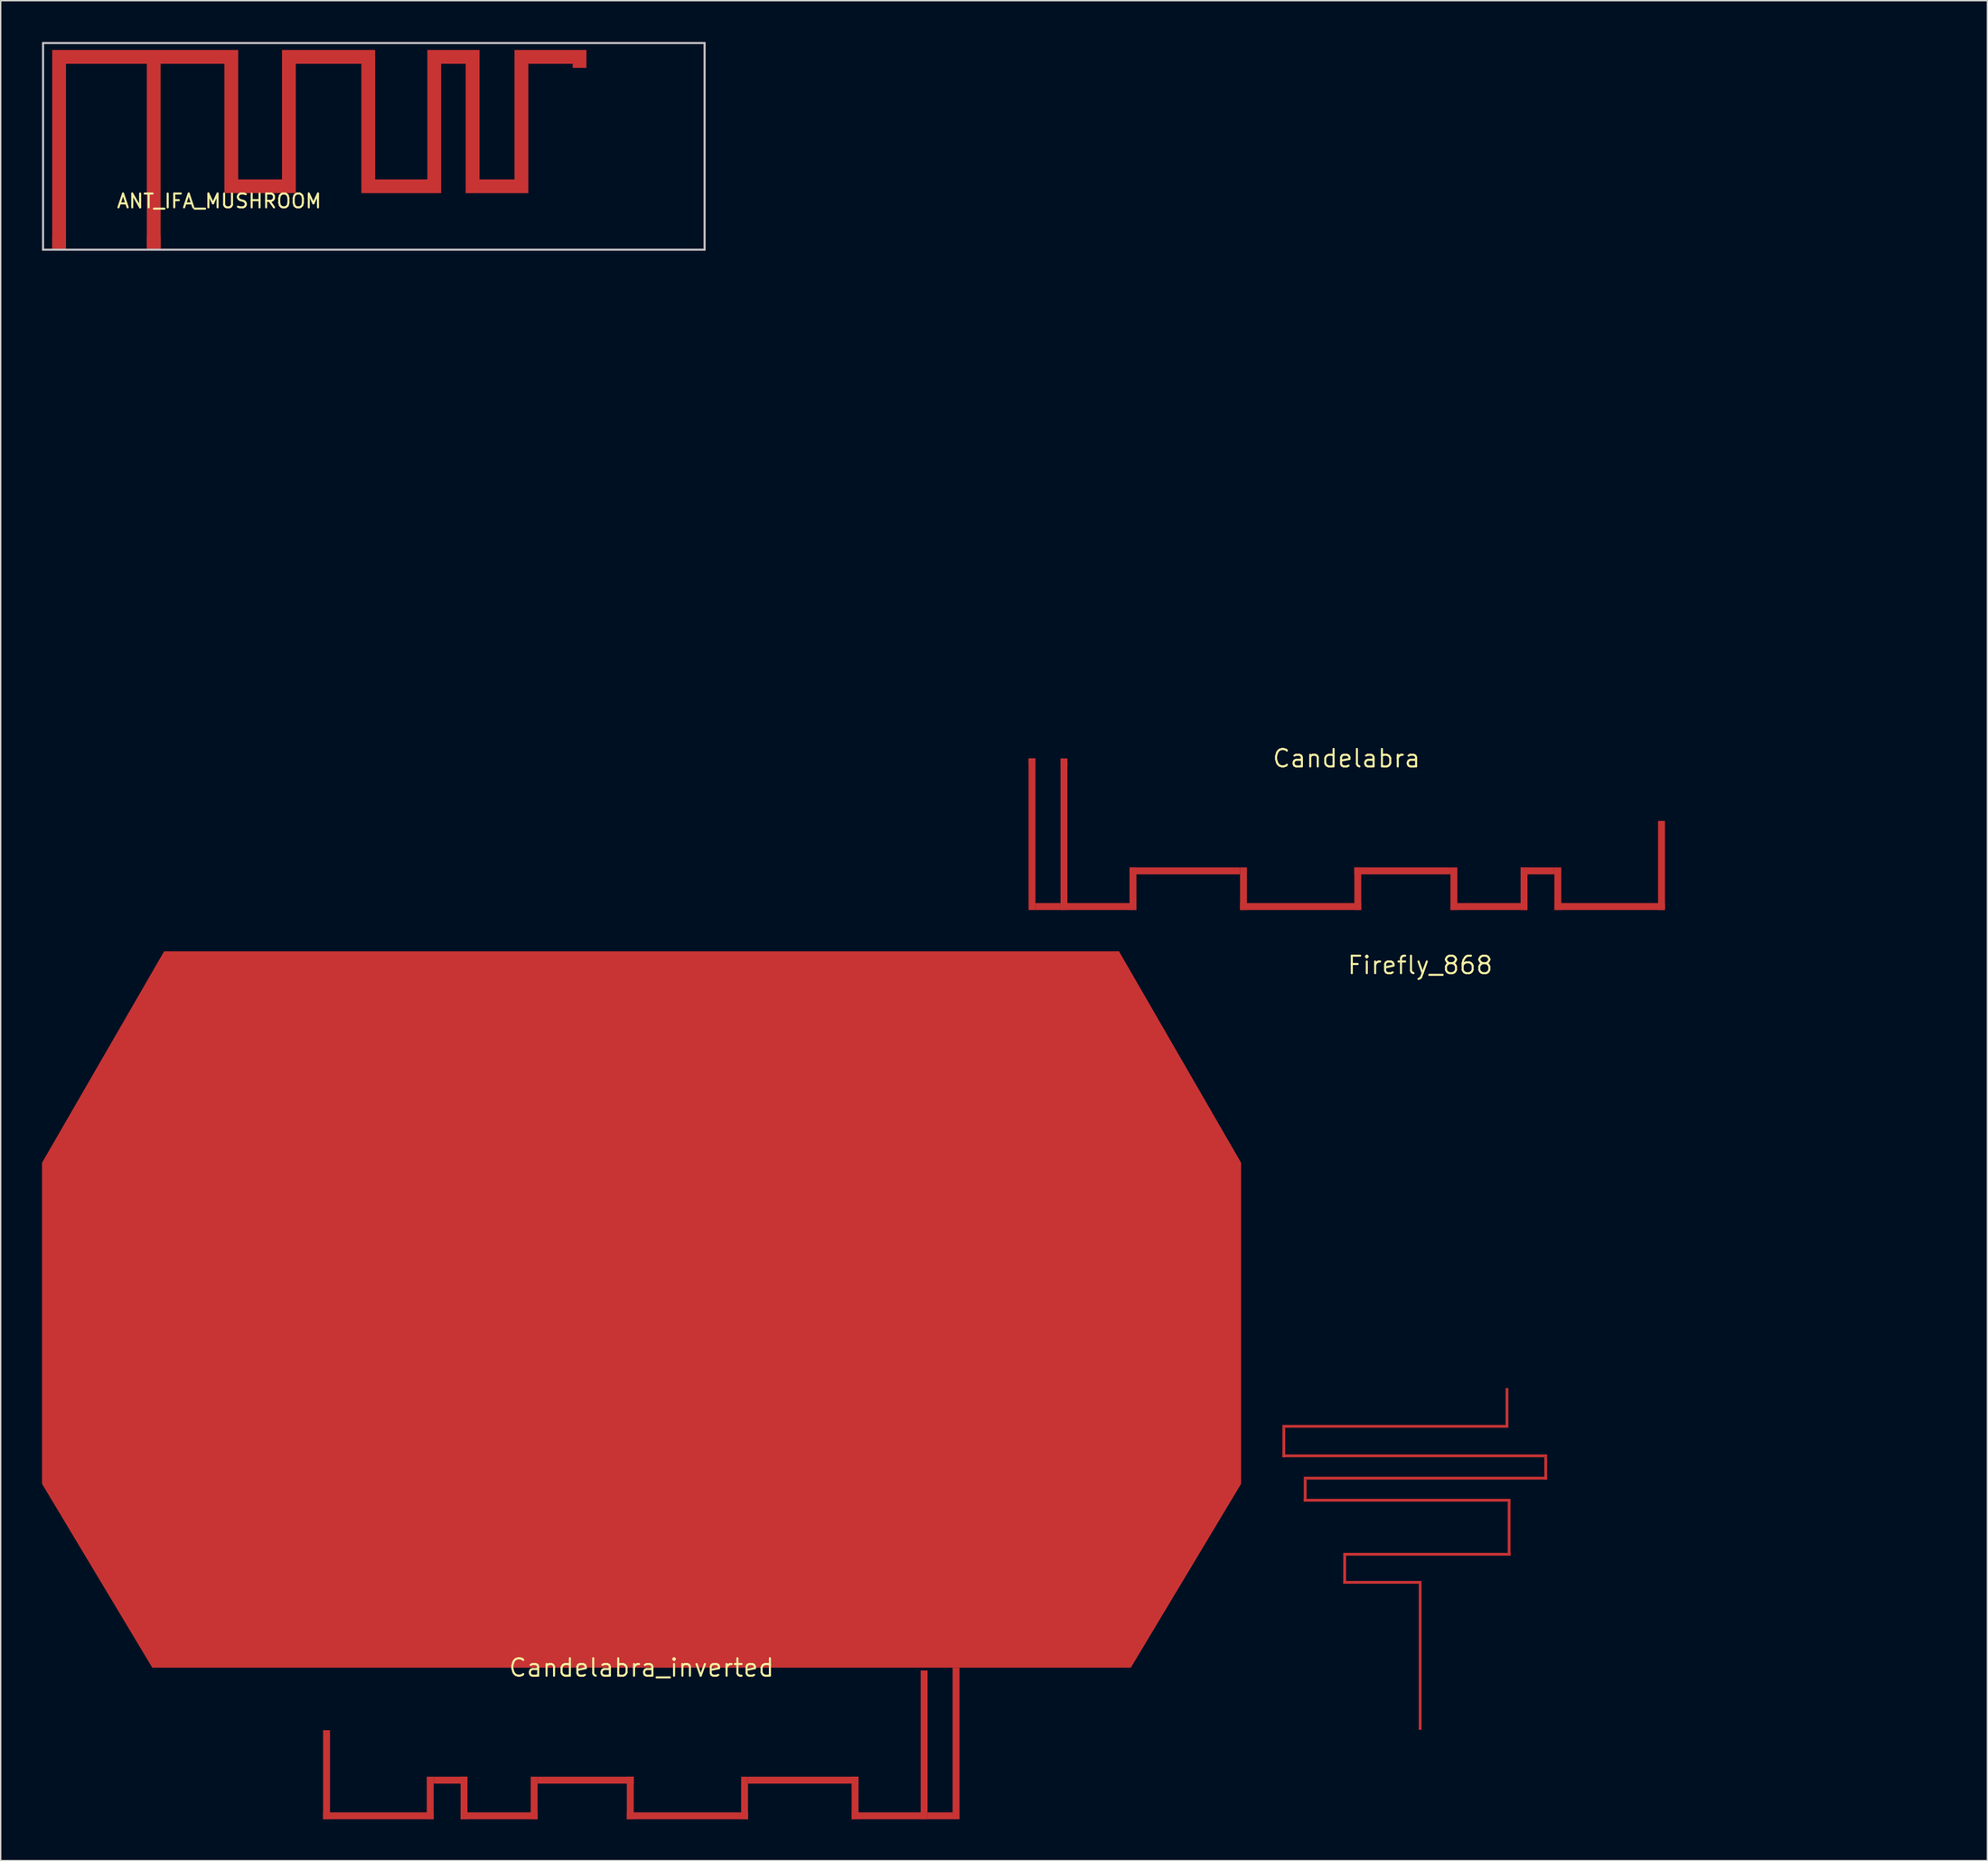
<source format=kicad_pcb>
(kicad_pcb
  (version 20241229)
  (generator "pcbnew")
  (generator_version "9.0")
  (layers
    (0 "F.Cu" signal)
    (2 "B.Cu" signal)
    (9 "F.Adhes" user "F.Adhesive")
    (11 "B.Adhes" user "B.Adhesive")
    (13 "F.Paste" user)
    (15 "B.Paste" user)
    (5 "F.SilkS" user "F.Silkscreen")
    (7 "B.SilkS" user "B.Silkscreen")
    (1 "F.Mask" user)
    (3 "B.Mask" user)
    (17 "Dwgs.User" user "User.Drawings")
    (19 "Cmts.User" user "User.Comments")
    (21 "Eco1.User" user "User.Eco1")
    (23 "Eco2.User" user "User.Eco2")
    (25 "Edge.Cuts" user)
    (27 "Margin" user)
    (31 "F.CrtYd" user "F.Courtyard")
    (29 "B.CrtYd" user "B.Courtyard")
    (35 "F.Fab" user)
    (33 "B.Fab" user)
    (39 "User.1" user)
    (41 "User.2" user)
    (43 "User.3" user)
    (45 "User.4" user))
  (footprint "ANT_IFA_MUSHROOM"
    (layer "F.Cu")
    (at 8.075 15.075)
    (property "Reference" "ANT_IFA_MUSHROOM" (at 4.78 -3.53 0) (layer "F.SilkS") (effects (font (size 1 1) (thickness 0.15))))
    (attr through_hole)
    (fp_poly (pts (xy -6.337 0.003) (xy -6.337 -13.497) (xy -0.472 -13.497) (xy -0.472 -0.197) (xy 0.528 -0.197) (xy 0.528 -13.497) (xy 5.157 -13.497) (xy 5.157 -4.104) (xy 10.338 -4.104) (xy 10.338 -13.497) (xy 15.095 -13.497) (xy 15.095 -4.104) (xy 20.884 -4.104) (xy 20.884 -13.497) (xy 22.666 -13.497) (xy 22.666 -4.104) (xy 27.209 -4.104) (xy 27.209 -13.497) (xy 30.427 -13.497) (xy 30.427 -13.2) (xy 31.427 -13.2) (xy 31.427 -14.497) (xy 26.209 -14.497) (xy 26.209 -5.104) (xy 23.666 -5.104) (xy 23.666 -14.497) (xy 19.884 -14.497) (xy 19.884 -5.104) (xy 16.095 -5.104) (xy 16.095 -14.497) (xy 9.338 -14.497) (xy 9.338 -5.104) (xy 6.157 -5.104) (xy 6.157 -14.497) (xy -7.337 -14.497) (xy -7.337 0.003)) (stroke (width 0.001) (type solid)) (fill yes) (layer "F.Cu"))
    (fp_line (start -8 -15) (end 40 -15) (stroke (width 0.15) (type solid)) (layer "Dwgs.User"))
    (fp_line (start -8 0) (end -8 -15) (stroke (width 0.15) (type solid)) (layer "Dwgs.User"))
    (fp_line (start 40 -15) (end 40 0) (stroke (width 0.15) (type solid)) (layer "Dwgs.User"))
    (fp_line (start 40 0) (end -8 0) (stroke (width 0.15) (type solid)) (layer "Dwgs.User"))
    (pad "1" smd rect (at 0.03 -0.5) (size 1 1) (layers "F.Cu"))
    (pad "2" smd rect (at -6.84 -0.5) (size 1 1) (layers "F.Cu")))
  (footprint "Candelabra_inverted"
    (layer "F.Cu")
    (at 43.501 118.001)
    (property "Reference" "Candelabra_inverted" (at 0 0 0) (layer "F.SilkS") (effects (font (size 1.27 1.27) (thickness 0.15))))
    (attr through_hole)
    (fp_poly (pts (xy -22.607 11) (xy -23.107 11) (xy -23.107 4.536) (xy -22.607 4.536)) (stroke (width 0.001) (type solid)) (fill yes) (layer "F.Cu"))
    (fp_poly (pts (xy -15.084 11) (xy -23.107 11) (xy -23.107 10.5) (xy -15.084 10.5)) (stroke (width 0.001) (type solid)) (fill yes) (layer "F.Cu"))
    (fp_poly (pts (xy -15.084 11) (xy -15.584 11) (xy -15.584 7.913) (xy -15.084 7.913)) (stroke (width 0.001) (type solid)) (fill yes) (layer "F.Cu"))
    (fp_poly (pts (xy -12.632 7.913) (xy -15.084 7.913) (xy -15.084 8.413) (xy -12.632 8.413)) (stroke (width 0.001) (type solid)) (fill yes) (layer "F.Cu"))
    (fp_poly (pts (xy -12.632 11) (xy -13.132 11) (xy -13.132 7.913) (xy -12.632 7.913)) (stroke (width 0.001) (type solid)) (fill yes) (layer "F.Cu"))
    (fp_poly (pts (xy -7.543 11) (xy -13.132 11) (xy -13.132 10.5) (xy -7.543 10.5)) (stroke (width 0.001) (type solid)) (fill yes) (layer "F.Cu"))
    (fp_poly (pts (xy -7.543 11) (xy -8.043 11) (xy -8.043 7.913) (xy -7.543 7.913)) (stroke (width 0.001) (type solid)) (fill yes) (layer "F.Cu"))
    (fp_poly (pts (xy -0.569 7.913) (xy -7.543 7.913) (xy -7.543 8.413) (xy -0.569 8.413)) (stroke (width 0.001) (type solid)) (fill yes) (layer "F.Cu"))
    (fp_poly (pts (xy -0.569 11) (xy -1.069 11) (xy -1.069 7.913) (xy -0.569 7.913)) (stroke (width 0.001) (type solid)) (fill yes) (layer "F.Cu"))
    (fp_poly (pts (xy 7.724 11) (xy -1.069 11) (xy -1.069 10.5) (xy 7.724 10.5)) (stroke (width 0.001) (type solid)) (fill yes) (layer "F.Cu"))
    (fp_poly (pts (xy 7.724 11) (xy 7.224 11) (xy 7.224 7.913) (xy 7.724 7.913)) (stroke (width 0.001) (type solid)) (fill yes) (layer "F.Cu"))
    (fp_poly (pts (xy 15.743 7.913) (xy 7.724 7.913) (xy 7.724 8.413) (xy 15.743 8.413)) (stroke (width 0.001) (type solid)) (fill yes) (layer "F.Cu"))
    (fp_poly (pts (xy 15.743 11) (xy 15.243 11) (xy 15.243 7.913) (xy 15.743 7.913)) (stroke (width 0.001) (type solid)) (fill yes) (layer "F.Cu"))
    (fp_poly (pts (xy 20.25 0.2) (xy 20.75 0.2) (xy 20.75 11) (xy 20.25 11)) (stroke (width 0.001) (type solid)) (fill yes) (layer "F.Cu"))
    (fp_poly (pts (xy 20.75 11) (xy 15.243 11) (xy 15.243 10.5) (xy 20.75 10.5)) (stroke (width 0.001) (type solid)) (fill yes) (layer "F.Cu"))
    (fp_poly (pts (xy 20.75 11) (xy 22.568 11) (xy 22.568 10.5) (xy 20.75 10.5)) (stroke (width 0.001) (type solid)) (fill yes) (layer "F.Cu"))
    (fp_poly (pts (xy 22.568 0) (xy 23.068 0) (xy 23.068 11) (xy 22.568 11)) (stroke (width 0.001) (type solid)) (fill yes) (layer "F.Cu"))
    (fp_poly (pts (xy 0 0) (xy 35.5 0) (xy 43.5 -13.344) (xy 43.5 -36.656) (xy 34.641 -52) (xy -34.641 -52) (xy -43.5 -36.656) (xy -43.5 -13.344) (xy -35.5 0) (xy 0 0)) (stroke (width 0.001) (type solid)) (fill yes) (layer "F.Cu")))
  (footprint "Candelabra"
    (layer "F.Cu")
    (at 94.65 52.001)
    (property "Reference" "Candelabra" (at 0 0 0) (layer "F.SilkS") (effects (font (size 1.27 1.27) (thickness 0.15))))
    (attr through_hole)
    (fp_poly (pts (xy -22.568 0) (xy -23.068 0) (xy -23.068 11) (xy -22.568 11)) (stroke (width 0.001) (type solid)) (fill yes) (layer "F.Cu"))
    (fp_poly (pts (xy -20.75 11) (xy -22.568 11) (xy -22.568 10.5) (xy -20.75 10.5)) (stroke (width 0.001) (type solid)) (fill yes) (layer "F.Cu"))
    (fp_poly (pts (xy -20.75 11) (xy -15.243 11) (xy -15.243 10.5) (xy -20.75 10.5)) (stroke (width 0.001) (type solid)) (fill yes) (layer "F.Cu"))
    (fp_poly (pts (xy -20.25 0.2) (xy -20.75 0.2) (xy -20.75 11) (xy -20.25 11)) (stroke (width 0.001) (type solid)) (fill yes) (layer "F.Cu"))
    (fp_poly (pts (xy -15.743 7.913) (xy -7.724 7.913) (xy -7.724 8.413) (xy -15.743 8.413)) (stroke (width 0.001) (type solid)) (fill yes) (layer "F.Cu"))
    (fp_poly (pts (xy -15.743 11) (xy -15.243 11) (xy -15.243 7.913) (xy -15.743 7.913)) (stroke (width 0.001) (type solid)) (fill yes) (layer "F.Cu"))
    (fp_poly (pts (xy -7.724 11) (xy -7.224 11) (xy -7.224 7.913) (xy -7.724 7.913)) (stroke (width 0.001) (type solid)) (fill yes) (layer "F.Cu"))
    (fp_poly (pts (xy -7.724 11) (xy 1.069 11) (xy 1.069 10.5) (xy -7.724 10.5)) (stroke (width 0.001) (type solid)) (fill yes) (layer "F.Cu"))
    (fp_poly (pts (xy 0.569 7.913) (xy 7.543 7.913) (xy 7.543 8.413) (xy 0.569 8.413)) (stroke (width 0.001) (type solid)) (fill yes) (layer "F.Cu"))
    (fp_poly (pts (xy 0.569 11) (xy 1.069 11) (xy 1.069 7.913) (xy 0.569 7.913)) (stroke (width 0.001) (type solid)) (fill yes) (layer "F.Cu"))
    (fp_poly (pts (xy 7.543 11) (xy 8.043 11) (xy 8.043 7.913) (xy 7.543 7.913)) (stroke (width 0.001) (type solid)) (fill yes) (layer "F.Cu"))
    (fp_poly (pts (xy 7.543 11) (xy 13.132 11) (xy 13.132 10.5) (xy 7.543 10.5)) (stroke (width 0.001) (type solid)) (fill yes) (layer "F.Cu"))
    (fp_poly (pts (xy 12.632 7.913) (xy 15.084 7.913) (xy 15.084 8.413) (xy 12.632 8.413)) (stroke (width 0.001) (type solid)) (fill yes) (layer "F.Cu"))
    (fp_poly (pts (xy 12.632 11) (xy 13.132 11) (xy 13.132 7.913) (xy 12.632 7.913)) (stroke (width 0.001) (type solid)) (fill yes) (layer "F.Cu"))
    (fp_poly (pts (xy 15.084 11) (xy 15.584 11) (xy 15.584 7.913) (xy 15.084 7.913)) (stroke (width 0.001) (type solid)) (fill yes) (layer "F.Cu"))
    (fp_poly (pts (xy 15.084 11) (xy 23.107 11) (xy 23.107 10.5) (xy 15.084 10.5)) (stroke (width 0.001) (type solid)) (fill yes) (layer "F.Cu"))
    (fp_poly (pts (xy 22.607 11) (xy 23.107 11) (xy 23.107 4.536) (xy 22.607 4.536)) (stroke (width 0.001) (type solid)) (fill yes) (layer "F.Cu"))
    (fp_poly (pts (xy 0 0) (xy -35.5 0) (xy -43.5 -13.344) (xy -43.5 -36.656) (xy -34.641 -52) (xy 34.641 -52) (xy 43.5 -36.656) (xy 43.5 -13.344) (xy 35.5 0) (xy 0 0)) (stroke (width 0.001) (type solid)) (fill no) (layer "Dwgs.User"))
    (pad "1" smd rect (at -20.5 0.25) (size 0.5 0.5) (layers "F.Cu"))
    (pad "2" smd rect (at -22.82 0.25) (size 0.49 0.5) (layers "F.Cu")))
  (footprint "Firefly_868"
    (layer "F.Cu")
    (at 99.994 67.007)
    (property "Reference" "Firefly_868" (at 0 0 0) (layer "F.SilkS") (effects (font (size 1.27 1.27) (thickness 0.15))))
    (attr through_hole)
    (fp_poly (pts (xy -9.993 33.574) (xy -9.79 33.574) (xy -9.79 35.715) (xy -9.993 35.715)) (stroke (width 0.001) (type solid)) (fill yes) (layer "F.Cu"))
    (fp_poly (pts (xy -9.993 35.715) (xy 9.213 35.715) (xy 9.213 35.512) (xy -9.993 35.512)) (stroke (width 0.001) (type solid)) (fill yes) (layer "F.Cu"))
    (fp_poly (pts (xy -8.443 37.337) (xy -8.24 37.337) (xy -8.24 38.939) (xy -8.443 38.939)) (stroke (width 0.001) (type solid)) (fill yes) (layer "F.Cu"))
    (fp_poly (pts (xy -8.443 38.939) (xy 6.557 38.939) (xy 6.557 38.736) (xy -8.443 38.736)) (stroke (width 0.001) (type solid)) (fill yes) (layer "F.Cu"))
    (fp_poly (pts (xy -5.578 42.861) (xy -5.375 42.861) (xy -5.375 44.898) (xy -5.578 44.898)) (stroke (width 0.001) (type solid)) (fill yes) (layer "F.Cu"))
    (fp_poly (pts (xy -5.578 44.898) (xy 0.101 44.898) (xy 0.101 44.695) (xy -5.578 44.695)) (stroke (width 0.001) (type solid)) (fill yes) (layer "F.Cu"))
    (fp_poly (pts (xy 0.101 44.898) (xy -0.101 44.898) (xy -0.101 55.5) (xy 0.101 55.5)) (stroke (width 0.001) (type solid)) (fill yes) (layer "F.Cu"))
    (fp_poly (pts (xy 6.199 33.574) (xy -9.993 33.574) (xy -9.993 33.371) (xy 6.199 33.371)) (stroke (width 0.001) (type solid)) (fill yes) (layer "F.Cu"))
    (fp_poly (pts (xy 6.557 38.939) (xy 6.354 38.939) (xy 6.354 42.861) (xy 6.557 42.861)) (stroke (width 0.001) (type solid)) (fill yes) (layer "F.Cu"))
    (fp_poly (pts (xy 6.557 42.861) (xy -5.578 42.861) (xy -5.578 42.658) (xy 6.557 42.658)) (stroke (width 0.001) (type solid)) (fill yes) (layer "F.Cu"))
    (fp_poly (pts (xy 9.213 35.715) (xy 9.01 35.715) (xy 9.01 37.337) (xy 9.213 37.337)) (stroke (width 0.001) (type solid)) (fill yes) (layer "F.Cu"))
    (fp_poly (pts (xy 9.213 37.337) (xy -8.443 37.337) (xy -8.443 37.134) (xy 9.213 37.134)) (stroke (width 0.001) (type solid)) (fill yes) (layer "F.Cu"))
    (pad "1" smd custom (at 6.3 30.81) (size 0.2 0.2) (layers "F.Cu") (options (anchor circle)) (primitives (gr_poly (pts (xy 0.101 -0.11) (xy -0.101 -0.11) (xy -0.101 2.764) (xy 0.101 2.764)) (width 0.001) (fill yes)))))
  (gr_rect
    (start -3 -3)
    (end 141.151 132.002)
    (stroke (width 0.1) (type default))
    (fill no)
    (layer "Edge.Cuts")))
</source>
